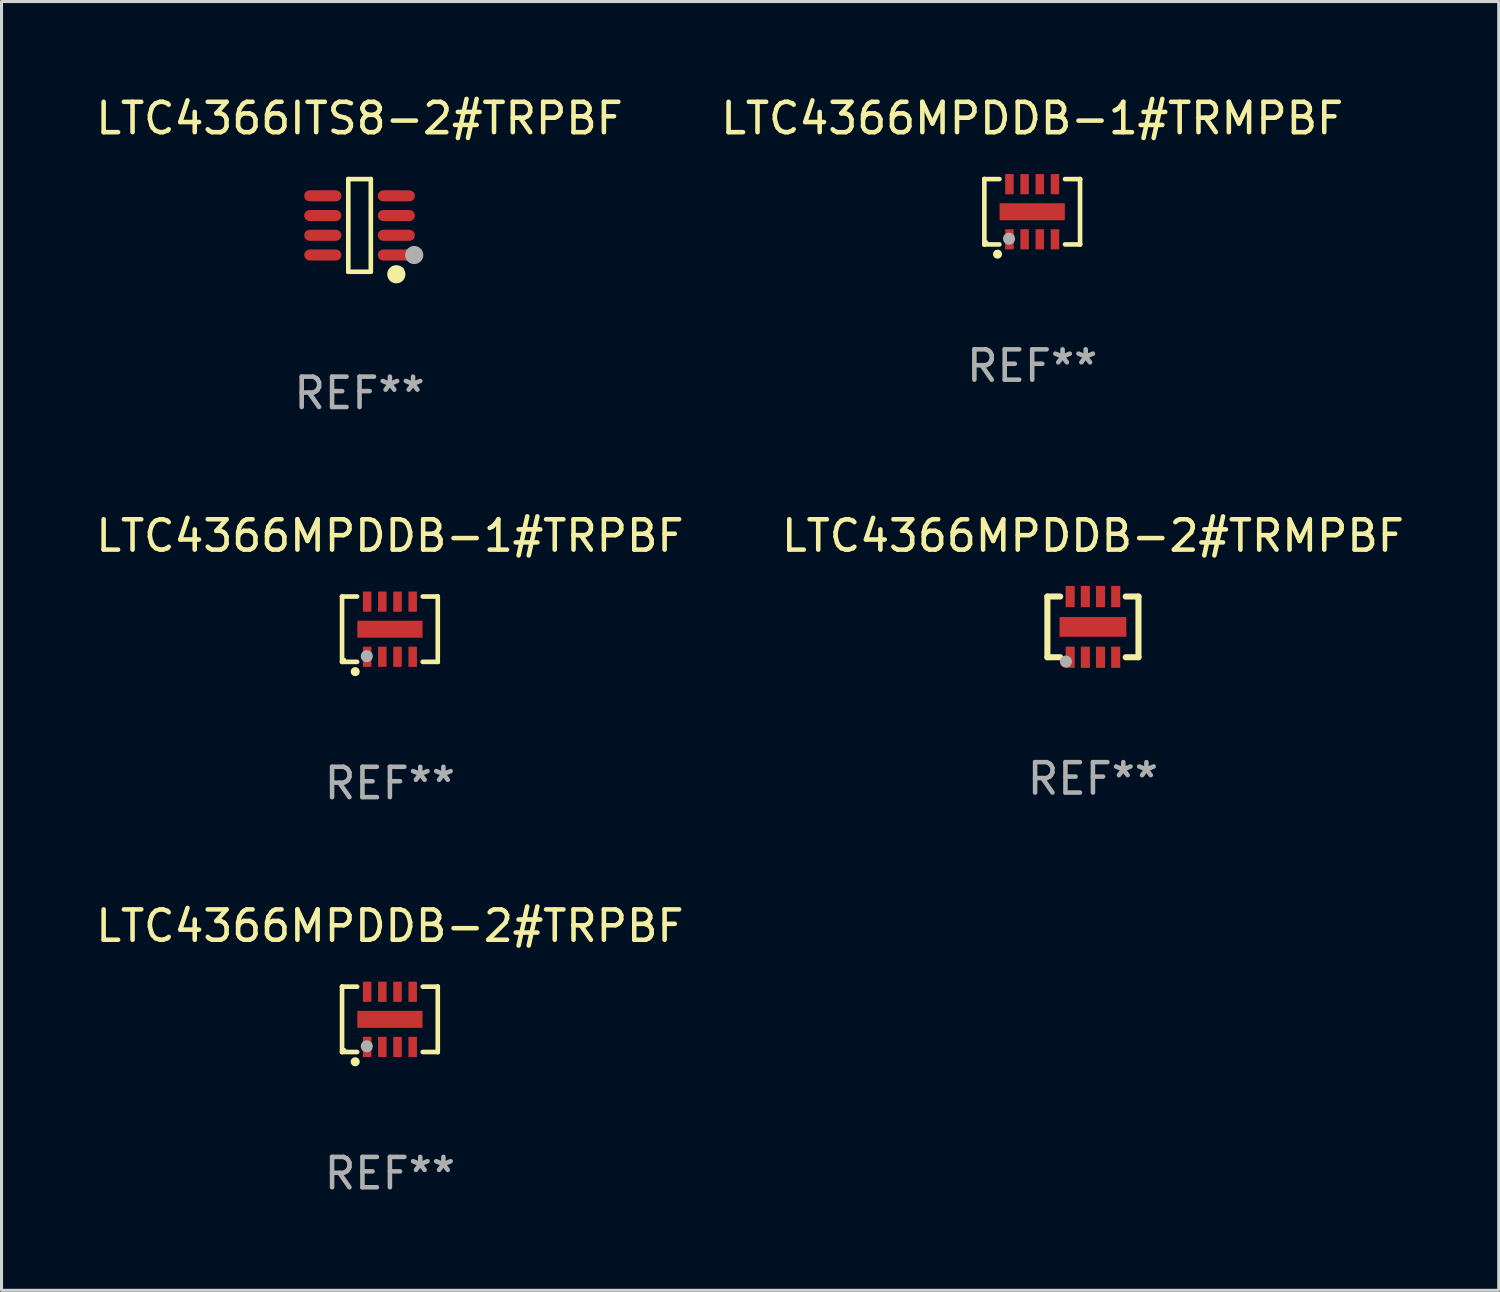
<source format=kicad_pcb>
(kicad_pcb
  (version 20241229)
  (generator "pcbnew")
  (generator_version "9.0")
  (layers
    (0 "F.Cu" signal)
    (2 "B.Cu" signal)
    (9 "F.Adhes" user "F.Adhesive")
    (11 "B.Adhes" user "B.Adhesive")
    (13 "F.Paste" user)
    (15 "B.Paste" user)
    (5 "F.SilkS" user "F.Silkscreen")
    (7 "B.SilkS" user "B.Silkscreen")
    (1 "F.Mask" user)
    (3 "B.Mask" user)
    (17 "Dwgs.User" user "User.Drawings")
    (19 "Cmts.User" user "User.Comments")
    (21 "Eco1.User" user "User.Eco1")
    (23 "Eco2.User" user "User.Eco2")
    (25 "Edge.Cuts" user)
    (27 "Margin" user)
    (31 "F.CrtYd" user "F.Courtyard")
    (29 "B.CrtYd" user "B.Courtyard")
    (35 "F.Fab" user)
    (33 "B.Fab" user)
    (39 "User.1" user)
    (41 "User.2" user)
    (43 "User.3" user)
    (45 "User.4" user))
  (footprint "LTC4366MPDDB-2#TRMPBF"
    (layer "F.Cu")
    (at 32.946 17.597)
    (property "Reference" "LTC4366MPDDB-2#TRMPBF" (at 0 -3 0) (layer "F.SilkS") (effects (font (size 1 1) (thickness 0.15))))
    (attr through_hole)
    (fp_line (start -1.5 1) (end -1.5 -1) (stroke (width 0.2) (type solid)) (layer "F.SilkS"))
    (fp_line (start -1.5 1) (end -1.079 1) (stroke (width 0.2) (type solid)) (layer "F.SilkS"))
    (fp_line (start -1.079 -1) (end -1.5 -1) (stroke (width 0.2) (type solid)) (layer "F.SilkS"))
    (fp_line (start 1.079 1) (end 1.5 1) (stroke (width 0.2) (type solid)) (layer "F.SilkS"))
    (fp_line (start 1.5 -1) (end 1.079 -1) (stroke (width 0.2) (type solid)) (layer "F.SilkS"))
    (fp_line (start 1.5 1) (end 1.5 -1) (stroke (width 0.2) (type solid)) (layer "F.SilkS"))
    (fp_circle (center -1.5 1) (end -1.47 1) (stroke (width 0.06) (type solid)) (fill no) (layer "F.SilkS"))
    (fp_circle (center -0.889 1.143) (end -0.789 1.143) (stroke (width 0.2) (type solid)) (fill no) (layer "F.Fab"))
    (fp_text user "REF**" (at 0 5 0) (layer "F.Fab") (effects (font (size 1 1) (thickness 0.15))))
    (pad "1" smd rect (at -0.75 1 90) (size 0.7 0.3) (layers "F.Cu" "F.Mask" "F.Paste"))
    (pad "2" smd rect (at -0.249 1 90) (size 0.7 0.3) (layers "F.Cu" "F.Mask" "F.Paste"))
    (pad "3" smd rect (at 0.25 1 90) (size 0.7 0.3) (layers "F.Cu" "F.Mask" "F.Paste"))
    (pad "4" smd rect (at 0.75 1 90) (size 0.7 0.3) (layers "F.Cu" "F.Mask" "F.Paste"))
    (pad "5" smd rect (at 0.75 -1 90) (size 0.7 0.3) (layers "F.Cu" "F.Mask" "F.Paste"))
    (pad "6" smd rect (at 0.25 -1 90) (size 0.7 0.3) (layers "F.Cu" "F.Mask" "F.Paste"))
    (pad "7" smd rect (at -0.25 -1 90) (size 0.7 0.3) (layers "F.Cu" "F.Mask" "F.Paste"))
    (pad "8" smd rect (at -0.75 -1 90) (size 0.7 0.3) (layers "F.Cu" "F.Mask" "F.Paste"))
    (pad "9" smd rect (at 0 0 180) (size 2.2 0.65) (layers "F.Cu" "F.Mask" "F.Paste")))
  (footprint "LTC4366MPDDB-1#TRMPBF"
    (layer "F.Cu")
    (at 30.946 3.924)
    (property "Reference" "LTC4366MPDDB-1#TRMPBF" (at 0 -3.076 0) (layer "F.SilkS") (effects (font (size 1 1) (thickness 0.15))))
    (attr through_hole)
    (fp_line (start -1.576 -1.076) (end -1.576 -1.076) (stroke (width 0.152) (type solid)) (layer "F.SilkS"))
    (fp_line (start -1.576 -1.076) (end -1.08 -1.076) (stroke (width 0.152) (type solid)) (layer "F.SilkS"))
    (fp_line (start -1.576 1.076) (end -1.576 -1.076) (stroke (width 0.152) (type solid)) (layer "F.SilkS"))
    (fp_line (start -1.576 1.076) (end -1.576 1.076) (stroke (width 0.152) (type solid)) (layer "F.SilkS"))
    (fp_line (start -1.08 1.076) (end -1.576 1.076) (stroke (width 0.152) (type solid)) (layer "F.SilkS"))
    (fp_line (start 1.08 1.076) (end 1.576 1.076) (stroke (width 0.152) (type solid)) (layer "F.SilkS"))
    (fp_line (start 1.576 -1.076) (end 1.08 -1.076) (stroke (width 0.152) (type solid)) (layer "F.SilkS"))
    (fp_line (start 1.576 -1.076) (end 1.576 -1.076) (stroke (width 0.152) (type solid)) (layer "F.SilkS"))
    (fp_line (start 1.576 1.076) (end 1.576 -1.076) (stroke (width 0.152) (type solid)) (layer "F.SilkS"))
    (fp_line (start 1.576 1.076) (end 1.576 1.076) (stroke (width 0.152) (type solid)) (layer "F.SilkS"))
    (fp_circle (center -1.5 1) (end -1.47 1) (stroke (width 0.06) (type solid)) (fill no) (layer "F.SilkS"))
    (fp_circle (center -1.143 1.397) (end -1.068 1.397) (stroke (width 0.15) (type solid)) (fill no) (layer "F.SilkS"))
    (fp_circle (center -0.762 0.889) (end -0.662 0.889) (stroke (width 0.2) (type solid)) (fill no) (layer "F.Fab"))
    (fp_text user "REF**" (at 0 5.076 0) (layer "F.Fab") (effects (font (size 1 1) (thickness 0.15))))
    (pad "1" smd rect (at -0.75 0.908) (size 0.28 0.665) (layers "F.Cu" "F.Mask" "F.Paste"))
    (pad "2" smd rect (at -0.25 0.908) (size 0.28 0.665) (layers "F.Cu" "F.Mask" "F.Paste"))
    (pad "3" smd rect (at 0.25 0.908) (size 0.28 0.665) (layers "F.Cu" "F.Mask" "F.Paste"))
    (pad "4" smd rect (at 0.75 0.908) (size 0.28 0.665) (layers "F.Cu" "F.Mask" "F.Paste"))
    (pad "5" smd rect (at 0.75 -0.908) (size 0.28 0.665) (layers "F.Cu" "F.Mask" "F.Paste"))
    (pad "6" smd rect (at 0.25 -0.908) (size 0.28 0.665) (layers "F.Cu" "F.Mask" "F.Paste"))
    (pad "7" smd rect (at -0.25 -0.908) (size 0.28 0.665) (layers "F.Cu" "F.Mask" "F.Paste"))
    (pad "8" smd rect (at -0.75 -0.908) (size 0.28 0.665) (layers "F.Cu" "F.Mask" "F.Paste"))
    (pad "9" smd rect (at 0 0) (size 2.15 0.56) (layers "F.Cu" "F.Mask" "F.Paste")))
  (footprint "LTC4366ITS8-2#TRPBF"
    (layer "F.Cu")
    (at 8.792 4.374)
    (property "Reference" "LTC4366ITS8-2#TRPBF" (at 0 -3.526 0) (layer "F.SilkS") (effects (font (size 1 1) (thickness 0.15))))
    (attr through_hole)
    (fp_line (start -0.371 -1.526) (end 0.371 -1.526) (stroke (width 0.152) (type solid)) (layer "F.SilkS"))
    (fp_line (start -0.371 1.526) (end -0.371 -1.526) (stroke (width 0.152) (type solid)) (layer "F.SilkS"))
    (fp_line (start 0.371 -1.526) (end 0.371 1.526) (stroke (width 0.152) (type solid)) (layer "F.SilkS"))
    (fp_line (start 0.371 1.526) (end -0.371 1.526) (stroke (width 0.152) (type solid)) (layer "F.SilkS"))
    (fp_circle (center 1.211 1.609) (end 1.361 1.609) (stroke (width 0.3) (type solid)) (fill no) (layer "F.SilkS"))
    (fp_circle (center 1.4 1.45) (end 1.43 1.45) (stroke (width 0.06) (type solid)) (fill no) (layer "F.SilkS"))
    (fp_circle (center 1.8 0.975) (end 1.95 0.975) (stroke (width 0.3) (type solid)) (fill no) (layer "F.Fab"))
    (fp_text user "REF**" (at 0 5.526 0) (layer "F.Fab") (effects (font (size 1 1) (thickness 0.15))))
    (pad "1" smd oval (at 1.211 0.975) (size 1.222 0.364) (layers "F.Cu" "F.Mask" "F.Paste"))
    (pad "2" smd oval (at 1.211 0.325) (size 1.222 0.364) (layers "F.Cu" "F.Mask" "F.Paste"))
    (pad "3" smd oval (at 1.211 -0.325) (size 1.222 0.364) (layers "F.Cu" "F.Mask" "F.Paste"))
    (pad "4" smd oval (at 1.211 -0.975) (size 1.222 0.364) (layers "F.Cu" "F.Mask" "F.Paste"))
    (pad "5" smd oval (at -1.211 -0.975) (size 1.222 0.364) (layers "F.Cu" "F.Mask" "F.Paste"))
    (pad "6" smd oval (at -1.211 -0.325) (size 1.222 0.364) (layers "F.Cu" "F.Mask" "F.Paste"))
    (pad "7" smd oval (at -1.211 0.325) (size 1.222 0.364) (layers "F.Cu" "F.Mask" "F.Paste"))
    (pad "8" smd oval (at -1.211 0.975) (size 1.222 0.364) (layers "F.Cu" "F.Mask" "F.Paste")))
  (footprint "LTC4366MPDDB-2#TRPBF"
    (layer "F.Cu")
    (at 9.792 30.522)
    (property "Reference" "LTC4366MPDDB-2#TRPBF" (at 0 -3.076 0) (layer "F.SilkS") (effects (font (size 1 1) (thickness 0.15))))
    (attr through_hole)
    (fp_line (start -1.576 -1.076) (end -1.576 -1.076) (stroke (width 0.152) (type solid)) (layer "F.SilkS"))
    (fp_line (start -1.576 -1.076) (end -1.08 -1.076) (stroke (width 0.152) (type solid)) (layer "F.SilkS"))
    (fp_line (start -1.576 1.076) (end -1.576 -1.076) (stroke (width 0.152) (type solid)) (layer "F.SilkS"))
    (fp_line (start -1.576 1.076) (end -1.576 1.076) (stroke (width 0.152) (type solid)) (layer "F.SilkS"))
    (fp_line (start -1.08 1.076) (end -1.576 1.076) (stroke (width 0.152) (type solid)) (layer "F.SilkS"))
    (fp_line (start 1.08 1.076) (end 1.576 1.076) (stroke (width 0.152) (type solid)) (layer "F.SilkS"))
    (fp_line (start 1.576 -1.076) (end 1.08 -1.076) (stroke (width 0.152) (type solid)) (layer "F.SilkS"))
    (fp_line (start 1.576 -1.076) (end 1.576 -1.076) (stroke (width 0.152) (type solid)) (layer "F.SilkS"))
    (fp_line (start 1.576 1.076) (end 1.576 -1.076) (stroke (width 0.152) (type solid)) (layer "F.SilkS"))
    (fp_line (start 1.576 1.076) (end 1.576 1.076) (stroke (width 0.152) (type solid)) (layer "F.SilkS"))
    (fp_circle (center -1.5 1) (end -1.47 1) (stroke (width 0.06) (type solid)) (fill no) (layer "F.SilkS"))
    (fp_circle (center -1.143 1.397) (end -1.068 1.397) (stroke (width 0.15) (type solid)) (fill no) (layer "F.SilkS"))
    (fp_circle (center -0.762 0.889) (end -0.662 0.889) (stroke (width 0.2) (type solid)) (fill no) (layer "F.Fab"))
    (fp_text user "REF**" (at 0 5.076 0) (layer "F.Fab") (effects (font (size 1 1) (thickness 0.15))))
    (pad "1" smd rect (at -0.75 0.908) (size 0.28 0.665) (layers "F.Cu" "F.Mask" "F.Paste"))
    (pad "2" smd rect (at -0.25 0.908) (size 0.28 0.665) (layers "F.Cu" "F.Mask" "F.Paste"))
    (pad "3" smd rect (at 0.25 0.908) (size 0.28 0.665) (layers "F.Cu" "F.Mask" "F.Paste"))
    (pad "4" smd rect (at 0.75 0.908) (size 0.28 0.665) (layers "F.Cu" "F.Mask" "F.Paste"))
    (pad "5" smd rect (at 0.75 -0.908) (size 0.28 0.665) (layers "F.Cu" "F.Mask" "F.Paste"))
    (pad "6" smd rect (at 0.25 -0.908) (size 0.28 0.665) (layers "F.Cu" "F.Mask" "F.Paste"))
    (pad "7" smd rect (at -0.25 -0.908) (size 0.28 0.665) (layers "F.Cu" "F.Mask" "F.Paste"))
    (pad "8" smd rect (at -0.75 -0.908) (size 0.28 0.665) (layers "F.Cu" "F.Mask" "F.Paste"))
    (pad "9" smd rect (at 0 0) (size 2.15 0.56) (layers "F.Cu" "F.Mask" "F.Paste")))
  (footprint "LTC4366MPDDB-1#TRPBF"
    (layer "F.Cu")
    (at 9.792 17.673)
    (property "Reference" "LTC4366MPDDB-1#TRPBF" (at 0 -3.076 0) (layer "F.SilkS") (effects (font (size 1 1) (thickness 0.15))))
    (attr through_hole)
    (fp_line (start -1.576 -1.076) (end -1.576 -1.076) (stroke (width 0.152) (type solid)) (layer "F.SilkS"))
    (fp_line (start -1.576 -1.076) (end -1.08 -1.076) (stroke (width 0.152) (type solid)) (layer "F.SilkS"))
    (fp_line (start -1.576 1.076) (end -1.576 -1.076) (stroke (width 0.152) (type solid)) (layer "F.SilkS"))
    (fp_line (start -1.576 1.076) (end -1.576 1.076) (stroke (width 0.152) (type solid)) (layer "F.SilkS"))
    (fp_line (start -1.08 1.076) (end -1.576 1.076) (stroke (width 0.152) (type solid)) (layer "F.SilkS"))
    (fp_line (start 1.08 1.076) (end 1.576 1.076) (stroke (width 0.152) (type solid)) (layer "F.SilkS"))
    (fp_line (start 1.576 -1.076) (end 1.08 -1.076) (stroke (width 0.152) (type solid)) (layer "F.SilkS"))
    (fp_line (start 1.576 -1.076) (end 1.576 -1.076) (stroke (width 0.152) (type solid)) (layer "F.SilkS"))
    (fp_line (start 1.576 1.076) (end 1.576 -1.076) (stroke (width 0.152) (type solid)) (layer "F.SilkS"))
    (fp_line (start 1.576 1.076) (end 1.576 1.076) (stroke (width 0.152) (type solid)) (layer "F.SilkS"))
    (fp_circle (center -1.5 1) (end -1.47 1) (stroke (width 0.06) (type solid)) (fill no) (layer "F.SilkS"))
    (fp_circle (center -1.143 1.397) (end -1.068 1.397) (stroke (width 0.15) (type solid)) (fill no) (layer "F.SilkS"))
    (fp_circle (center -0.762 0.889) (end -0.662 0.889) (stroke (width 0.2) (type solid)) (fill no) (layer "F.Fab"))
    (fp_text user "REF**" (at 0 5.076 0) (layer "F.Fab") (effects (font (size 1 1) (thickness 0.15))))
    (pad "1" smd rect (at -0.75 0.908) (size 0.28 0.665) (layers "F.Cu" "F.Mask" "F.Paste"))
    (pad "2" smd rect (at -0.25 0.908) (size 0.28 0.665) (layers "F.Cu" "F.Mask" "F.Paste"))
    (pad "3" smd rect (at 0.25 0.908) (size 0.28 0.665) (layers "F.Cu" "F.Mask" "F.Paste"))
    (pad "4" smd rect (at 0.75 0.908) (size 0.28 0.665) (layers "F.Cu" "F.Mask" "F.Paste"))
    (pad "5" smd rect (at 0.75 -0.908) (size 0.28 0.665) (layers "F.Cu" "F.Mask" "F.Paste"))
    (pad "6" smd rect (at 0.25 -0.908) (size 0.28 0.665) (layers "F.Cu" "F.Mask" "F.Paste"))
    (pad "7" smd rect (at -0.25 -0.908) (size 0.28 0.665) (layers "F.Cu" "F.Mask" "F.Paste"))
    (pad "8" smd rect (at -0.75 -0.908) (size 0.28 0.665) (layers "F.Cu" "F.Mask" "F.Paste"))
    (pad "9" smd rect (at 0 0) (size 2.15 0.56) (layers "F.Cu" "F.Mask" "F.Paste")))
  (gr_rect
    (start -3 -3)
    (end 46.31 39.447)
    (stroke (width 0.1) (type default))
    (fill no)
    (layer "Edge.Cuts")))
</source>
